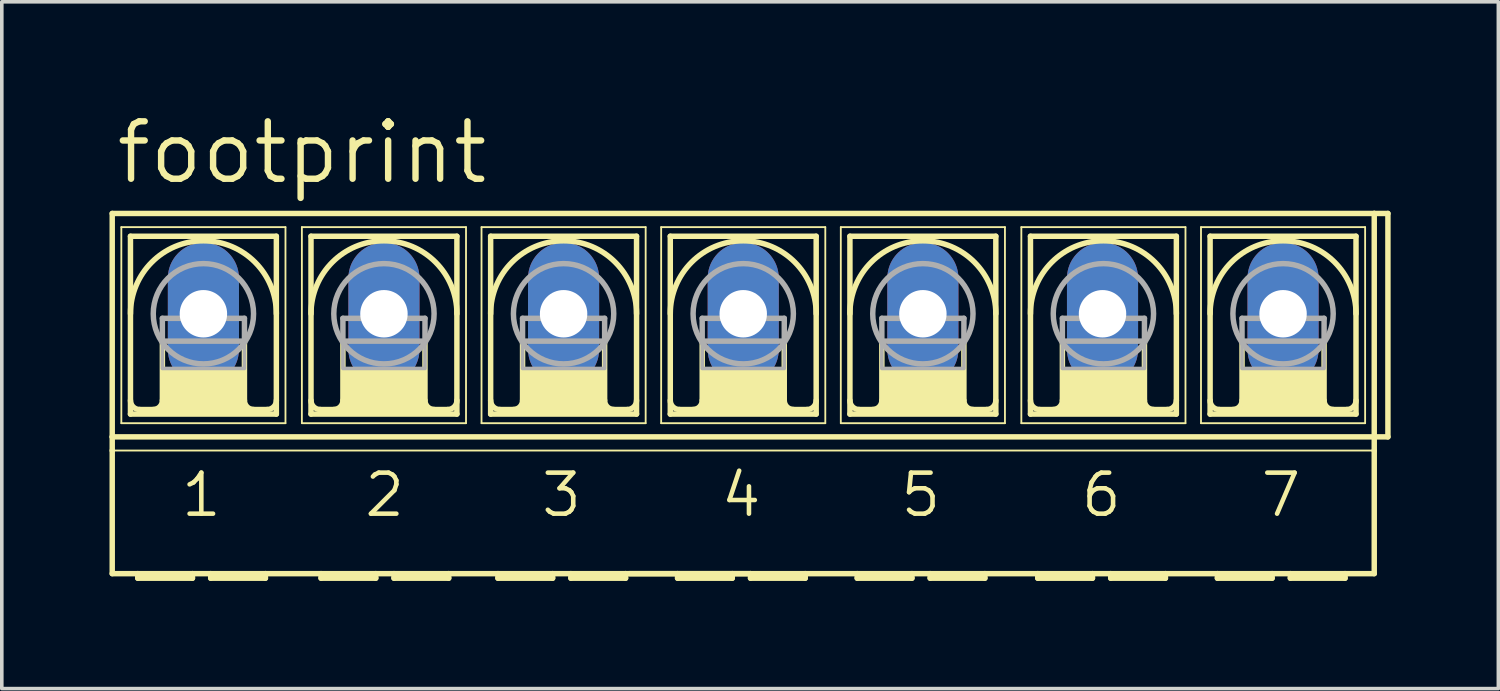
<source format=kicad_pcb>
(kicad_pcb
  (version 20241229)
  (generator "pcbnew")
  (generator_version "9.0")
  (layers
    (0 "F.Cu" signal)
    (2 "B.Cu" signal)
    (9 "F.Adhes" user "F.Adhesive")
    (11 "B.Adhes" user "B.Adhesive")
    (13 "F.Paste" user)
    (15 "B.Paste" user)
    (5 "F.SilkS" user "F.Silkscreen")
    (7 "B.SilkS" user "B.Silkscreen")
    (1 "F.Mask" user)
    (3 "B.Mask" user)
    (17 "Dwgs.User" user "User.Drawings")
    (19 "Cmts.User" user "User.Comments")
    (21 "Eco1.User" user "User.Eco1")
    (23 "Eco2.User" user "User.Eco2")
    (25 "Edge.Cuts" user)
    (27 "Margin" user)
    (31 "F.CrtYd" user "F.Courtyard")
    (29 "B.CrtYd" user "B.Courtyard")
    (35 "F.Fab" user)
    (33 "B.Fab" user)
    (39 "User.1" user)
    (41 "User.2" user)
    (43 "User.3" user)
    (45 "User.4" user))
  (footprint "footprint"
    (layer "F.Cu")
    (at 17.653 5.69)
    (property "Reference" "footprint" (at -17.551 -3.556 0) (layer "F.SilkS") (effects (font (size 1.6 1.6) (thickness 0.178)) (justify left bottom)))
    (fp_line (start -17.577 3.429) (end -17.577 -2.794) (stroke (width 0.152) (type solid)) (layer "F.SilkS"))
    (fp_line (start -17.577 3.429) (end 17.577 3.429) (stroke (width 0.152) (type solid)) (layer "F.SilkS"))
    (fp_line (start -17.577 3.81) (end -17.577 3.429) (stroke (width 0.152) (type solid)) (layer "F.SilkS"))
    (fp_line (start -17.577 7.239) (end -17.577 3.81) (stroke (width 0.152) (type solid)) (layer "F.SilkS"))
    (fp_line (start -17.577 7.239) (end -16.866 7.239) (stroke (width 0.152) (type solid)) (layer "F.SilkS"))
    (fp_line (start -17.323 -2.413) (end -17.323 3.048) (stroke (width 0.051) (type solid)) (layer "F.SilkS"))
    (fp_line (start -17.323 -2.413) (end -12.751 -2.413) (stroke (width 0.051) (type solid)) (layer "F.SilkS"))
    (fp_line (start -17.069 2.794) (end -17.069 -2.159) (stroke (width 0.152) (type solid)) (layer "F.SilkS"))
    (fp_line (start -17.069 2.794) (end -13.005 2.794) (stroke (width 0.152) (type solid)) (layer "F.SilkS"))
    (fp_line (start -16.866 7.239) (end -15.342 7.239) (stroke (width 0.152) (type solid)) (layer "F.SilkS"))
    (fp_line (start -16.866 7.366) (end -16.866 7.239) (stroke (width 0.152) (type solid)) (layer "F.SilkS"))
    (fp_line (start -16.866 7.366) (end -15.342 7.366) (stroke (width 0.152) (type solid)) (layer "F.SilkS"))
    (fp_line (start -16.18 0.762) (end -16.18 2.413) (stroke (width 0.152) (type solid)) (layer "F.SilkS"))
    (fp_line (start -15.342 7.239) (end -15.342 7.366) (stroke (width 0.152) (type solid)) (layer "F.SilkS"))
    (fp_line (start -15.342 7.239) (end -14.834 7.239) (stroke (width 0.152) (type solid)) (layer "F.SilkS"))
    (fp_line (start -14.834 7.239) (end -13.31 7.239) (stroke (width 0.152) (type solid)) (layer "F.SilkS"))
    (fp_line (start -14.834 7.366) (end -14.834 7.239) (stroke (width 0.152) (type solid)) (layer "F.SilkS"))
    (fp_line (start -14.834 7.366) (end -13.31 7.366) (stroke (width 0.152) (type solid)) (layer "F.SilkS"))
    (fp_line (start -13.894 0.762) (end -13.894 2.413) (stroke (width 0.152) (type solid)) (layer "F.SilkS"))
    (fp_line (start -13.31 7.239) (end -11.76 7.239) (stroke (width 0.152) (type solid)) (layer "F.SilkS"))
    (fp_line (start -13.31 7.366) (end -13.31 7.239) (stroke (width 0.152) (type solid)) (layer "F.SilkS"))
    (fp_line (start -13.259 2.667) (end -16.815 2.667) (stroke (width 0.152) (type solid)) (layer "F.SilkS"))
    (fp_line (start -13.005 -2.159) (end -17.069 -2.159) (stroke (width 0.152) (type solid)) (layer "F.SilkS"))
    (fp_line (start -13.005 -2.159) (end -13.005 2.794) (stroke (width 0.152) (type solid)) (layer "F.SilkS"))
    (fp_line (start -12.751 -2.413) (end -12.751 3.048) (stroke (width 0.051) (type solid)) (layer "F.SilkS"))
    (fp_line (start -12.751 3.048) (end -17.323 3.048) (stroke (width 0.051) (type solid)) (layer "F.SilkS"))
    (fp_line (start -12.294 -2.413) (end -12.294 3.048) (stroke (width 0.051) (type solid)) (layer "F.SilkS"))
    (fp_line (start -12.294 -2.413) (end -7.722 -2.413) (stroke (width 0.051) (type solid)) (layer "F.SilkS"))
    (fp_line (start -12.04 -2.159) (end -12.04 2.794) (stroke (width 0.152) (type solid)) (layer "F.SilkS"))
    (fp_line (start -12.04 2.794) (end -7.976 2.794) (stroke (width 0.152) (type solid)) (layer "F.SilkS"))
    (fp_line (start -11.76 7.239) (end -10.236 7.239) (stroke (width 0.152) (type solid)) (layer "F.SilkS"))
    (fp_line (start -11.76 7.366) (end -11.76 7.239) (stroke (width 0.152) (type solid)) (layer "F.SilkS"))
    (fp_line (start -11.76 7.366) (end -10.236 7.366) (stroke (width 0.152) (type solid)) (layer "F.SilkS"))
    (fp_line (start -11.151 0.762) (end -11.151 2.413) (stroke (width 0.152) (type solid)) (layer "F.SilkS"))
    (fp_line (start -10.236 7.239) (end -10.236 7.366) (stroke (width 0.152) (type solid)) (layer "F.SilkS"))
    (fp_line (start -10.236 7.239) (end -9.728 7.239) (stroke (width 0.152) (type solid)) (layer "F.SilkS"))
    (fp_line (start -9.728 7.239) (end -8.204 7.239) (stroke (width 0.152) (type solid)) (layer "F.SilkS"))
    (fp_line (start -9.728 7.366) (end -9.728 7.239) (stroke (width 0.152) (type solid)) (layer "F.SilkS"))
    (fp_line (start -9.728 7.366) (end -8.204 7.366) (stroke (width 0.152) (type solid)) (layer "F.SilkS"))
    (fp_line (start -8.865 0.762) (end -8.865 2.413) (stroke (width 0.152) (type solid)) (layer "F.SilkS"))
    (fp_line (start -8.23 2.667) (end -11.786 2.667) (stroke (width 0.152) (type solid)) (layer "F.SilkS"))
    (fp_line (start -8.204 7.366) (end -8.204 7.239) (stroke (width 0.152) (type solid)) (layer "F.SilkS"))
    (fp_line (start -7.976 -2.159) (end -12.04 -2.159) (stroke (width 0.152) (type solid)) (layer "F.SilkS"))
    (fp_line (start -7.976 2.794) (end -7.976 -2.159) (stroke (width 0.152) (type solid)) (layer "F.SilkS"))
    (fp_line (start -7.722 3.048) (end -12.294 3.048) (stroke (width 0.051) (type solid)) (layer "F.SilkS"))
    (fp_line (start -7.722 3.048) (end -7.722 -2.413) (stroke (width 0.051) (type solid)) (layer "F.SilkS"))
    (fp_line (start -7.29 -2.413) (end -7.29 3.048) (stroke (width 0.051) (type solid)) (layer "F.SilkS"))
    (fp_line (start -7.29 -2.413) (end -2.718 -2.413) (stroke (width 0.051) (type solid)) (layer "F.SilkS"))
    (fp_line (start -7.036 2.794) (end -7.036 -2.159) (stroke (width 0.152) (type solid)) (layer "F.SilkS"))
    (fp_line (start -7.036 2.794) (end -2.972 2.794) (stroke (width 0.152) (type solid)) (layer "F.SilkS"))
    (fp_line (start -6.833 7.239) (end -8.204 7.239) (stroke (width 0.152) (type solid)) (layer "F.SilkS"))
    (fp_line (start -6.833 7.239) (end -6.833 7.366) (stroke (width 0.152) (type solid)) (layer "F.SilkS"))
    (fp_line (start -6.833 7.239) (end -5.309 7.239) (stroke (width 0.152) (type solid)) (layer "F.SilkS"))
    (fp_line (start -6.833 7.366) (end -5.309 7.366) (stroke (width 0.152) (type solid)) (layer "F.SilkS"))
    (fp_line (start -6.147 0.762) (end -6.147 2.413) (stroke (width 0.152) (type solid)) (layer "F.SilkS"))
    (fp_line (start -5.309 7.239) (end -5.309 7.366) (stroke (width 0.152) (type solid)) (layer "F.SilkS"))
    (fp_line (start -5.309 7.239) (end -4.801 7.239) (stroke (width 0.152) (type solid)) (layer "F.SilkS"))
    (fp_line (start -4.801 7.239) (end -4.801 7.366) (stroke (width 0.152) (type solid)) (layer "F.SilkS"))
    (fp_line (start -4.801 7.239) (end -3.277 7.239) (stroke (width 0.152) (type solid)) (layer "F.SilkS"))
    (fp_line (start -4.801 7.366) (end -3.277 7.366) (stroke (width 0.152) (type solid)) (layer "F.SilkS"))
    (fp_line (start -3.861 0.762) (end -3.861 2.413) (stroke (width 0.152) (type solid)) (layer "F.SilkS"))
    (fp_line (start -3.277 7.366) (end -3.277 7.239) (stroke (width 0.152) (type solid)) (layer "F.SilkS"))
    (fp_line (start -3.226 2.667) (end -6.782 2.667) (stroke (width 0.152) (type solid)) (layer "F.SilkS"))
    (fp_line (start -2.972 -2.159) (end -7.036 -2.159) (stroke (width 0.152) (type solid)) (layer "F.SilkS"))
    (fp_line (start -2.972 -2.159) (end -2.972 2.794) (stroke (width 0.152) (type solid)) (layer "F.SilkS"))
    (fp_line (start -2.718 -2.413) (end -2.718 3.048) (stroke (width 0.051) (type solid)) (layer "F.SilkS"))
    (fp_line (start -2.718 3.048) (end -7.29 3.048) (stroke (width 0.051) (type solid)) (layer "F.SilkS"))
    (fp_line (start -2.286 -2.413) (end -2.286 3.048) (stroke (width 0.051) (type solid)) (layer "F.SilkS"))
    (fp_line (start -2.286 -2.413) (end 2.286 -2.413) (stroke (width 0.051) (type solid)) (layer "F.SilkS"))
    (fp_line (start -2.032 2.794) (end -2.032 -2.159) (stroke (width 0.152) (type solid)) (layer "F.SilkS"))
    (fp_line (start -2.032 2.794) (end 2.032 2.794) (stroke (width 0.152) (type solid)) (layer "F.SilkS"))
    (fp_line (start -1.829 7.239) (end -3.175 7.239) (stroke (width 0.152) (type solid)) (layer "F.SilkS"))
    (fp_line (start -1.829 7.239) (end -1.829 7.366) (stroke (width 0.152) (type solid)) (layer "F.SilkS"))
    (fp_line (start -1.829 7.239) (end -0.305 7.239) (stroke (width 0.152) (type solid)) (layer "F.SilkS"))
    (fp_line (start -1.829 7.366) (end -0.305 7.366) (stroke (width 0.152) (type solid)) (layer "F.SilkS"))
    (fp_line (start -1.143 0.762) (end -1.143 2.413) (stroke (width 0.152) (type solid)) (layer "F.SilkS"))
    (fp_line (start -0.305 7.239) (end -0.305 7.366) (stroke (width 0.152) (type solid)) (layer "F.SilkS"))
    (fp_line (start -0.305 7.239) (end 0.203 7.239) (stroke (width 0.152) (type solid)) (layer "F.SilkS"))
    (fp_line (start 0.203 7.239) (end -3.277 7.239) (stroke (width 0.152) (type solid)) (layer "F.SilkS"))
    (fp_line (start 0.203 7.239) (end 0.203 7.366) (stroke (width 0.152) (type solid)) (layer "F.SilkS"))
    (fp_line (start 0.203 7.366) (end 1.727 7.366) (stroke (width 0.152) (type solid)) (layer "F.SilkS"))
    (fp_line (start 1.143 0.762) (end 1.143 2.413) (stroke (width 0.152) (type solid)) (layer "F.SilkS"))
    (fp_line (start 1.727 7.239) (end 0.203 7.239) (stroke (width 0.152) (type solid)) (layer "F.SilkS"))
    (fp_line (start 1.727 7.366) (end 1.727 7.239) (stroke (width 0.152) (type solid)) (layer "F.SilkS"))
    (fp_line (start 1.778 2.667) (end -1.778 2.667) (stroke (width 0.152) (type solid)) (layer "F.SilkS"))
    (fp_line (start 2.032 -2.159) (end -2.032 -2.159) (stroke (width 0.152) (type solid)) (layer "F.SilkS"))
    (fp_line (start 2.032 -2.159) (end 2.032 2.794) (stroke (width 0.152) (type solid)) (layer "F.SilkS"))
    (fp_line (start 2.286 -2.413) (end 2.286 3.048) (stroke (width 0.051) (type solid)) (layer "F.SilkS"))
    (fp_line (start 2.286 3.048) (end -2.286 3.048) (stroke (width 0.051) (type solid)) (layer "F.SilkS"))
    (fp_line (start 2.718 -2.413) (end 2.718 3.048) (stroke (width 0.051) (type solid)) (layer "F.SilkS"))
    (fp_line (start 2.718 -2.413) (end 7.29 -2.413) (stroke (width 0.051) (type solid)) (layer "F.SilkS"))
    (fp_line (start 2.972 2.794) (end 2.972 -2.159) (stroke (width 0.152) (type solid)) (layer "F.SilkS"))
    (fp_line (start 2.972 2.794) (end 7.036 2.794) (stroke (width 0.152) (type solid)) (layer "F.SilkS"))
    (fp_line (start 3.175 7.239) (end 1.727 7.239) (stroke (width 0.152) (type solid)) (layer "F.SilkS"))
    (fp_line (start 3.175 7.366) (end 3.175 7.239) (stroke (width 0.152) (type solid)) (layer "F.SilkS"))
    (fp_line (start 3.175 7.366) (end 4.699 7.366) (stroke (width 0.152) (type solid)) (layer "F.SilkS"))
    (fp_line (start 3.861 0.762) (end 3.861 2.413) (stroke (width 0.152) (type solid)) (layer "F.SilkS"))
    (fp_line (start 4.699 7.239) (end 3.175 7.239) (stroke (width 0.152) (type solid)) (layer "F.SilkS"))
    (fp_line (start 4.699 7.239) (end 4.699 7.366) (stroke (width 0.152) (type solid)) (layer "F.SilkS"))
    (fp_line (start 5.207 7.239) (end 4.699 7.239) (stroke (width 0.152) (type solid)) (layer "F.SilkS"))
    (fp_line (start 5.207 7.366) (end 5.207 7.239) (stroke (width 0.152) (type solid)) (layer "F.SilkS"))
    (fp_line (start 5.207 7.366) (end 6.731 7.366) (stroke (width 0.152) (type solid)) (layer "F.SilkS"))
    (fp_line (start 6.147 0.762) (end 6.147 2.413) (stroke (width 0.152) (type solid)) (layer "F.SilkS"))
    (fp_line (start 6.731 7.239) (end 5.207 7.239) (stroke (width 0.152) (type solid)) (layer "F.SilkS"))
    (fp_line (start 6.731 7.366) (end 6.731 7.239) (stroke (width 0.152) (type solid)) (layer "F.SilkS"))
    (fp_line (start 6.782 2.667) (end 3.226 2.667) (stroke (width 0.152) (type solid)) (layer "F.SilkS"))
    (fp_line (start 7.036 -2.159) (end 2.972 -2.159) (stroke (width 0.152) (type solid)) (layer "F.SilkS"))
    (fp_line (start 7.036 -2.159) (end 7.036 2.794) (stroke (width 0.152) (type solid)) (layer "F.SilkS"))
    (fp_line (start 7.29 -2.413) (end 7.29 3.048) (stroke (width 0.051) (type solid)) (layer "F.SilkS"))
    (fp_line (start 7.29 3.048) (end 2.718 3.048) (stroke (width 0.051) (type solid)) (layer "F.SilkS"))
    (fp_line (start 7.747 -2.413) (end 7.747 3.048) (stroke (width 0.051) (type solid)) (layer "F.SilkS"))
    (fp_line (start 7.747 -2.413) (end 12.319 -2.413) (stroke (width 0.051) (type solid)) (layer "F.SilkS"))
    (fp_line (start 8.001 2.794) (end 8.001 -2.159) (stroke (width 0.152) (type solid)) (layer "F.SilkS"))
    (fp_line (start 8.001 2.794) (end 12.065 2.794) (stroke (width 0.152) (type solid)) (layer "F.SilkS"))
    (fp_line (start 8.204 7.239) (end 6.731 7.239) (stroke (width 0.152) (type solid)) (layer "F.SilkS"))
    (fp_line (start 8.204 7.366) (end 8.204 7.239) (stroke (width 0.152) (type solid)) (layer "F.SilkS"))
    (fp_line (start 8.204 7.366) (end 9.728 7.366) (stroke (width 0.152) (type solid)) (layer "F.SilkS"))
    (fp_line (start 8.89 0.762) (end 8.89 2.413) (stroke (width 0.152) (type solid)) (layer "F.SilkS"))
    (fp_line (start 9.728 7.239) (end 8.204 7.239) (stroke (width 0.152) (type solid)) (layer "F.SilkS"))
    (fp_line (start 9.728 7.239) (end 9.728 7.366) (stroke (width 0.152) (type solid)) (layer "F.SilkS"))
    (fp_line (start 10.236 7.239) (end 9.728 7.239) (stroke (width 0.152) (type solid)) (layer "F.SilkS"))
    (fp_line (start 10.236 7.239) (end 11.76 7.239) (stroke (width 0.152) (type solid)) (layer "F.SilkS"))
    (fp_line (start 10.236 7.366) (end 10.236 7.239) (stroke (width 0.152) (type solid)) (layer "F.SilkS"))
    (fp_line (start 10.236 7.366) (end 11.76 7.366) (stroke (width 0.152) (type solid)) (layer "F.SilkS"))
    (fp_line (start 11.176 0.762) (end 11.176 2.413) (stroke (width 0.152) (type solid)) (layer "F.SilkS"))
    (fp_line (start 11.76 7.239) (end 13.208 7.239) (stroke (width 0.152) (type solid)) (layer "F.SilkS"))
    (fp_line (start 11.76 7.366) (end 11.76 7.239) (stroke (width 0.152) (type solid)) (layer "F.SilkS"))
    (fp_line (start 11.811 2.667) (end 8.255 2.667) (stroke (width 0.152) (type solid)) (layer "F.SilkS"))
    (fp_line (start 12.065 -2.159) (end 8.001 -2.159) (stroke (width 0.152) (type solid)) (layer "F.SilkS"))
    (fp_line (start 12.065 -2.159) (end 12.065 2.794) (stroke (width 0.152) (type solid)) (layer "F.SilkS"))
    (fp_line (start 12.319 -2.413) (end 12.319 3.048) (stroke (width 0.051) (type solid)) (layer "F.SilkS"))
    (fp_line (start 12.319 3.048) (end 7.747 3.048) (stroke (width 0.051) (type solid)) (layer "F.SilkS"))
    (fp_line (start 12.751 -2.413) (end 12.751 3.048) (stroke (width 0.051) (type solid)) (layer "F.SilkS"))
    (fp_line (start 12.751 -2.413) (end 17.323 -2.413) (stroke (width 0.051) (type solid)) (layer "F.SilkS"))
    (fp_line (start 13.005 2.794) (end 13.005 -2.159) (stroke (width 0.152) (type solid)) (layer "F.SilkS"))
    (fp_line (start 13.005 2.794) (end 17.069 2.794) (stroke (width 0.152) (type solid)) (layer "F.SilkS"))
    (fp_line (start 13.208 7.366) (end 13.208 7.239) (stroke (width 0.152) (type solid)) (layer "F.SilkS"))
    (fp_line (start 13.208 7.366) (end 14.732 7.366) (stroke (width 0.152) (type solid)) (layer "F.SilkS"))
    (fp_line (start 13.894 0.762) (end 13.894 2.413) (stroke (width 0.152) (type solid)) (layer "F.SilkS"))
    (fp_line (start 14.732 7.239) (end 13.208 7.239) (stroke (width 0.152) (type solid)) (layer "F.SilkS"))
    (fp_line (start 14.732 7.239) (end 14.732 7.366) (stroke (width 0.152) (type solid)) (layer "F.SilkS"))
    (fp_line (start 15.24 7.239) (end 14.732 7.239) (stroke (width 0.152) (type solid)) (layer "F.SilkS"))
    (fp_line (start 15.24 7.239) (end 16.764 7.239) (stroke (width 0.152) (type solid)) (layer "F.SilkS"))
    (fp_line (start 15.24 7.366) (end 15.24 7.239) (stroke (width 0.152) (type solid)) (layer "F.SilkS"))
    (fp_line (start 15.24 7.366) (end 16.764 7.366) (stroke (width 0.152) (type solid)) (layer "F.SilkS"))
    (fp_line (start 16.18 0.762) (end 16.18 2.413) (stroke (width 0.152) (type solid)) (layer "F.SilkS"))
    (fp_line (start 16.764 7.239) (end 17.577 7.239) (stroke (width 0.152) (type solid)) (layer "F.SilkS"))
    (fp_line (start 16.764 7.366) (end 16.764 7.239) (stroke (width 0.152) (type solid)) (layer "F.SilkS"))
    (fp_line (start 16.815 2.667) (end 13.259 2.667) (stroke (width 0.152) (type solid)) (layer "F.SilkS"))
    (fp_line (start 17.069 -2.159) (end 13.005 -2.159) (stroke (width 0.152) (type solid)) (layer "F.SilkS"))
    (fp_line (start 17.069 -2.159) (end 17.069 2.794) (stroke (width 0.152) (type solid)) (layer "F.SilkS"))
    (fp_line (start 17.323 -2.413) (end 17.323 3.048) (stroke (width 0.051) (type solid)) (layer "F.SilkS"))
    (fp_line (start 17.323 3.048) (end 12.751 3.048) (stroke (width 0.051) (type solid)) (layer "F.SilkS"))
    (fp_line (start 17.577 -2.794) (end -17.577 -2.794) (stroke (width 0.152) (type solid)) (layer "F.SilkS"))
    (fp_line (start 17.577 -2.794) (end 17.577 3.429) (stroke (width 0.152) (type solid)) (layer "F.SilkS"))
    (fp_line (start 17.577 3.429) (end 17.577 3.81) (stroke (width 0.152) (type solid)) (layer "F.SilkS"))
    (fp_line (start 17.577 3.81) (end -17.577 3.81) (stroke (width 0.051) (type solid)) (layer "F.SilkS"))
    (fp_line (start 17.577 3.81) (end 17.577 7.239) (stroke (width 0.152) (type solid)) (layer "F.SilkS"))
    (fp_line (start 17.958 -2.794) (end 17.577 -2.794) (stroke (width 0.152) (type solid)) (layer "F.SilkS"))
    (fp_line (start 17.958 -2.794) (end 17.958 3.429) (stroke (width 0.152) (type solid)) (layer "F.SilkS"))
    (fp_line (start 17.958 3.429) (end 17.577 3.429) (stroke (width 0.152) (type solid)) (layer "F.SilkS"))
    (fp_arc (start -17.0688 0) (mid -15.0368 -2.032) (end -13.0048 0) (stroke (width 0.1524) (type solid)) (layer "F.SilkS"))
    (fp_arc (start -16.8148 2.667) (mid -16.994405 2.592605) (end -17.0688 2.413) (stroke (width 0.1524) (type solid)) (layer "F.SilkS"))
    (fp_arc (start -16.1798 2.413) (mid -16.254195 2.592605) (end -16.4338 2.667) (stroke (width 0.1524) (type solid)) (layer "F.SilkS"))
    (fp_arc (start -13.6398 2.667) (mid -13.819405 2.592605) (end -13.8938 2.413) (stroke (width 0.1524) (type solid)) (layer "F.SilkS"))
    (fp_arc (start -13.0048 2.413) (mid -13.079195 2.592605) (end -13.2588 2.667) (stroke (width 0.1524) (type solid)) (layer "F.SilkS"))
    (fp_arc (start -12.0396 0) (mid -10.0076 -2.032) (end -7.9756 0) (stroke (width 0.1524) (type solid)) (layer "F.SilkS"))
    (fp_arc (start -11.7856 2.667) (mid -11.965205 2.592605) (end -12.0396 2.413) (stroke (width 0.1524) (type solid)) (layer "F.SilkS"))
    (fp_arc (start -11.1506 2.413) (mid -11.224995 2.592605) (end -11.4046 2.667) (stroke (width 0.1524) (type solid)) (layer "F.SilkS"))
    (fp_arc (start -8.6106 2.667) (mid -8.790205 2.592605) (end -8.8646 2.413) (stroke (width 0.1524) (type solid)) (layer "F.SilkS"))
    (fp_arc (start -7.9756 2.413) (mid -8.049995 2.592605) (end -8.2296 2.667) (stroke (width 0.1524) (type solid)) (layer "F.SilkS"))
    (fp_arc (start -7.0358 0) (mid -5.0038 -2.032) (end -2.9718 0) (stroke (width 0.1524) (type solid)) (layer "F.SilkS"))
    (fp_arc (start -6.7818 2.667) (mid -6.961405 2.592605) (end -7.0358 2.413) (stroke (width 0.1524) (type solid)) (layer "F.SilkS"))
    (fp_arc (start -6.1468 2.413) (mid -6.221195 2.592605) (end -6.4008 2.667) (stroke (width 0.1524) (type solid)) (layer "F.SilkS"))
    (fp_arc (start -3.6068 2.667) (mid -3.786405 2.592605) (end -3.8608 2.413) (stroke (width 0.1524) (type solid)) (layer "F.SilkS"))
    (fp_arc (start -2.9718 2.413) (mid -3.046195 2.592605) (end -3.2258 2.667) (stroke (width 0.1524) (type solid)) (layer "F.SilkS"))
    (fp_arc (start -2.032 0) (mid 0 -2.032) (end 2.032 0) (stroke (width 0.1524) (type solid)) (layer "F.SilkS"))
    (fp_arc (start -1.778 2.667) (mid -1.957605 2.592605) (end -2.032 2.413) (stroke (width 0.1524) (type solid)) (layer "F.SilkS"))
    (fp_arc (start -1.143 2.413) (mid -1.217395 2.592605) (end -1.397 2.667) (stroke (width 0.1524) (type solid)) (layer "F.SilkS"))
    (fp_arc (start 1.397 2.667) (mid 1.217395 2.592605) (end 1.143 2.413) (stroke (width 0.1524) (type solid)) (layer "F.SilkS"))
    (fp_arc (start 2.032 2.413) (mid 1.957605 2.592605) (end 1.778 2.667) (stroke (width 0.1524) (type solid)) (layer "F.SilkS"))
    (fp_arc (start 2.9718 0) (mid 5.0038 -2.032) (end 7.0358 0) (stroke (width 0.1524) (type solid)) (layer "F.SilkS"))
    (fp_arc (start 3.2258 2.667) (mid 3.046195 2.592605) (end 2.9718 2.413) (stroke (width 0.1524) (type solid)) (layer "F.SilkS"))
    (fp_arc (start 3.8608 2.413) (mid 3.786405 2.592605) (end 3.6068 2.667) (stroke (width 0.1524) (type solid)) (layer "F.SilkS"))
    (fp_arc (start 6.4008 2.667) (mid 6.221195 2.592605) (end 6.1468 2.413) (stroke (width 0.1524) (type solid)) (layer "F.SilkS"))
    (fp_arc (start 7.0358 2.413) (mid 6.961405 2.592605) (end 6.7818 2.667) (stroke (width 0.1524) (type solid)) (layer "F.SilkS"))
    (fp_arc (start 8.001 0) (mid 10.033 -2.032) (end 12.065 0) (stroke (width 0.1524) (type solid)) (layer "F.SilkS"))
    (fp_arc (start 8.255 2.667) (mid 8.075395 2.592605) (end 8.001 2.413) (stroke (width 0.1524) (type solid)) (layer "F.SilkS"))
    (fp_arc (start 8.89 2.413) (mid 8.815605 2.592605) (end 8.636 2.667) (stroke (width 0.1524) (type solid)) (layer "F.SilkS"))
    (fp_arc (start 11.43 2.667) (mid 11.250395 2.592605) (end 11.176 2.413) (stroke (width 0.1524) (type solid)) (layer "F.SilkS"))
    (fp_arc (start 12.065 2.413) (mid 11.990605 2.592605) (end 11.811 2.667) (stroke (width 0.1524) (type solid)) (layer "F.SilkS"))
    (fp_arc (start 13.0048 0) (mid 15.0368 -2.032) (end 17.0688 0) (stroke (width 0.1524) (type solid)) (layer "F.SilkS"))
    (fp_arc (start 13.2588 2.667) (mid 13.079195 2.592605) (end 13.0048 2.413) (stroke (width 0.1524) (type solid)) (layer "F.SilkS"))
    (fp_arc (start 13.8938 2.413) (mid 13.819405 2.592605) (end 13.6398 2.667) (stroke (width 0.1524) (type solid)) (layer "F.SilkS"))
    (fp_arc (start 16.4338 2.667) (mid 16.254195 2.592605) (end 16.1798 2.413) (stroke (width 0.1524) (type solid)) (layer "F.SilkS"))
    (fp_arc (start 17.0688 2.413) (mid 16.994405 2.592605) (end 16.8148 2.667) (stroke (width 0.1524) (type solid)) (layer "F.SilkS"))
    (fp_poly (pts (xy -16.18 2.667) (xy -13.894 2.667) (xy -13.894 1.524) (xy -16.18 1.524)) (stroke (width 0) (type solid)) (fill yes) (layer "F.SilkS"))
    (fp_poly (pts (xy -11.151 2.667) (xy -8.865 2.667) (xy -8.865 1.524) (xy -11.151 1.524)) (stroke (width 0) (type solid)) (fill yes) (layer "F.SilkS"))
    (fp_poly (pts (xy -6.147 2.667) (xy -3.861 2.667) (xy -3.861 1.524) (xy -6.147 1.524)) (stroke (width 0) (type solid)) (fill yes) (layer "F.SilkS"))
    (fp_poly (pts (xy -1.143 2.667) (xy 1.143 2.667) (xy 1.143 1.524) (xy -1.143 1.524)) (stroke (width 0) (type solid)) (fill yes) (layer "F.SilkS"))
    (fp_poly (pts (xy 3.861 2.667) (xy 6.147 2.667) (xy 6.147 1.524) (xy 3.861 1.524)) (stroke (width 0) (type solid)) (fill yes) (layer "F.SilkS"))
    (fp_poly (pts (xy 8.89 2.667) (xy 11.176 2.667) (xy 11.176 1.524) (xy 8.89 1.524)) (stroke (width 0) (type solid)) (fill yes) (layer "F.SilkS"))
    (fp_poly (pts (xy 13.894 2.667) (xy 16.18 2.667) (xy 16.18 1.524) (xy 13.894 1.524)) (stroke (width 0) (type solid)) (fill yes) (layer "F.SilkS"))
    (fp_line (start -16.18 0.127) (end -16.18 0.762) (stroke (width 0.152) (type solid)) (layer "F.Fab"))
    (fp_line (start -16.18 0.127) (end -13.894 0.127) (stroke (width 0.152) (type solid)) (layer "F.Fab"))
    (fp_line (start -16.18 0.762) (end -13.894 0.762) (stroke (width 0.152) (type solid)) (layer "F.Fab"))
    (fp_line (start -13.894 0.127) (end -13.894 0.762) (stroke (width 0.152) (type solid)) (layer "F.Fab"))
    (fp_line (start -11.151 0.127) (end -11.151 0.762) (stroke (width 0.152) (type solid)) (layer "F.Fab"))
    (fp_line (start -11.151 0.127) (end -8.865 0.127) (stroke (width 0.152) (type solid)) (layer "F.Fab"))
    (fp_line (start -11.151 0.762) (end -8.865 0.762) (stroke (width 0.152) (type solid)) (layer "F.Fab"))
    (fp_line (start -8.865 0.127) (end -8.865 0.762) (stroke (width 0.152) (type solid)) (layer "F.Fab"))
    (fp_line (start -6.147 0.127) (end -6.147 0.762) (stroke (width 0.152) (type solid)) (layer "F.Fab"))
    (fp_line (start -6.147 0.127) (end -3.861 0.127) (stroke (width 0.152) (type solid)) (layer "F.Fab"))
    (fp_line (start -6.147 0.762) (end -3.861 0.762) (stroke (width 0.152) (type solid)) (layer "F.Fab"))
    (fp_line (start -3.861 0.127) (end -3.861 0.762) (stroke (width 0.152) (type solid)) (layer "F.Fab"))
    (fp_line (start -1.143 0.127) (end -1.143 0.762) (stroke (width 0.152) (type solid)) (layer "F.Fab"))
    (fp_line (start -1.143 0.127) (end 1.143 0.127) (stroke (width 0.152) (type solid)) (layer "F.Fab"))
    (fp_line (start -1.143 0.762) (end 1.143 0.762) (stroke (width 0.152) (type solid)) (layer "F.Fab"))
    (fp_line (start 1.143 0.127) (end 1.143 0.762) (stroke (width 0.152) (type solid)) (layer "F.Fab"))
    (fp_line (start 3.861 0.127) (end 3.861 0.762) (stroke (width 0.152) (type solid)) (layer "F.Fab"))
    (fp_line (start 3.861 0.127) (end 6.147 0.127) (stroke (width 0.152) (type solid)) (layer "F.Fab"))
    (fp_line (start 3.861 0.762) (end 6.147 0.762) (stroke (width 0.152) (type solid)) (layer "F.Fab"))
    (fp_line (start 6.147 0.127) (end 6.147 0.762) (stroke (width 0.152) (type solid)) (layer "F.Fab"))
    (fp_line (start 8.89 0.127) (end 8.89 0.762) (stroke (width 0.152) (type solid)) (layer "F.Fab"))
    (fp_line (start 8.89 0.127) (end 11.176 0.127) (stroke (width 0.152) (type solid)) (layer "F.Fab"))
    (fp_line (start 8.89 0.762) (end 11.176 0.762) (stroke (width 0.152) (type solid)) (layer "F.Fab"))
    (fp_line (start 11.176 0.127) (end 11.176 0.762) (stroke (width 0.152) (type solid)) (layer "F.Fab"))
    (fp_line (start 13.894 0.127) (end 13.894 0.762) (stroke (width 0.152) (type solid)) (layer "F.Fab"))
    (fp_line (start 13.894 0.127) (end 16.18 0.127) (stroke (width 0.152) (type solid)) (layer "F.Fab"))
    (fp_line (start 13.894 0.762) (end 16.18 0.762) (stroke (width 0.152) (type solid)) (layer "F.Fab"))
    (fp_line (start 16.18 0.127) (end 16.18 0.762) (stroke (width 0.152) (type solid)) (layer "F.Fab"))
    (fp_circle (center -15.037 0) (end -13.64 0) (stroke (width 0.152) (type solid)) (fill no) (layer "F.Fab"))
    (fp_circle (center -10.008 0) (end -8.611 0) (stroke (width 0.152) (type solid)) (fill no) (layer "F.Fab"))
    (fp_circle (center -5.004 0) (end -3.607 0) (stroke (width 0.152) (type solid)) (fill no) (layer "F.Fab"))
    (fp_circle (center 0 0) (end 1.397 0) (stroke (width 0.152) (type solid)) (fill no) (layer "F.Fab"))
    (fp_circle (center 5.004 0) (end 6.401 0) (stroke (width 0.152) (type solid)) (fill no) (layer "F.Fab"))
    (fp_circle (center 10.033 0) (end 11.43 0) (stroke (width 0.152) (type solid)) (fill no) (layer "F.Fab"))
    (fp_circle (center 15.037 0) (end 16.434 0) (stroke (width 0.152) (type solid)) (fill no) (layer "F.Fab"))
    (fp_poly (pts (xy -16.18 1.524) (xy -13.894 1.524) (xy -13.894 0.762) (xy -16.18 0.762)) (stroke (width 0.1) (type solid)) (fill no) (layer "F.Fab"))
    (fp_poly (pts (xy -11.151 1.524) (xy -8.865 1.524) (xy -8.865 0.762) (xy -11.151 0.762)) (stroke (width 0.1) (type solid)) (fill no) (layer "F.Fab"))
    (fp_poly (pts (xy -6.147 1.524) (xy -3.861 1.524) (xy -3.861 0.762) (xy -6.147 0.762)) (stroke (width 0.1) (type solid)) (fill no) (layer "F.Fab"))
    (fp_poly (pts (xy -1.143 1.524) (xy 1.143 1.524) (xy 1.143 0.762) (xy -1.143 0.762)) (stroke (width 0.1) (type solid)) (fill no) (layer "F.Fab"))
    (fp_poly (pts (xy 3.861 1.524) (xy 6.147 1.524) (xy 6.147 0.762) (xy 3.861 0.762)) (stroke (width 0.1) (type solid)) (fill no) (layer "F.Fab"))
    (fp_poly (pts (xy 8.89 1.524) (xy 11.176 1.524) (xy 11.176 0.762) (xy 8.89 0.762)) (stroke (width 0.1) (type solid)) (fill no) (layer "F.Fab"))
    (fp_poly (pts (xy 13.894 1.524) (xy 16.18 1.524) (xy 16.18 0.762) (xy 13.894 0.762)) (stroke (width 0.1) (type solid)) (fill no) (layer "F.Fab"))
    (fp_text user "7" (at 14.351 5.715 0) (layer "F.SilkS") (effects (font (size 1.143 1.143) (thickness 0.127)) (justify left bottom)))
    (fp_text user "1" (at -15.723 5.715 0) (layer "F.SilkS") (effects (font (size 1.143 1.143) (thickness 0.127)) (justify left bottom)))
    (fp_text user "5" (at 4.318 5.715 0) (layer "F.SilkS") (effects (font (size 1.143 1.143) (thickness 0.127)) (justify left bottom)))
    (fp_text user "3" (at -5.69 5.715 0) (layer "F.SilkS") (effects (font (size 1.143 1.143) (thickness 0.127)) (justify left bottom)))
    (fp_text user "4" (at -0.686 5.715 0) (layer "F.SilkS") (effects (font (size 1.143 1.143) (thickness 0.127)) (justify left bottom)))
    (fp_text user "2" (at -10.617 5.715 0) (layer "F.SilkS") (effects (font (size 1.143 1.143) (thickness 0.127)) (justify left bottom)))
    (fp_text user "6" (at 9.347 5.715 0) (layer "F.SilkS") (effects (font (size 1.143 1.143) (thickness 0.127)) (justify left bottom)))
    (pad "1" thru_hole oval (at -15.037 0 90) (size 3.962 1.981) (drill 1.321) (layers "*.Cu" "*.Mask"))
    (pad "2" thru_hole oval (at -10.008 0 90) (size 3.962 1.981) (drill 1.321) (layers "*.Cu" "*.Mask"))
    (pad "3" thru_hole oval (at -5.004 0 90) (size 3.962 1.981) (drill 1.321) (layers "*.Cu" "*.Mask"))
    (pad "4" thru_hole oval (at 0 0 90) (size 3.962 1.981) (drill 1.321) (layers "*.Cu" "*.Mask"))
    (pad "5" thru_hole oval (at 5.004 0 90) (size 3.962 1.981) (drill 1.321) (layers "*.Cu" "*.Mask"))
    (pad "6" thru_hole oval (at 10.008 0 90) (size 3.962 1.981) (drill 1.321) (layers "*.Cu" "*.Mask"))
    (pad "7" thru_hole oval (at 15.037 0 90) (size 3.962 1.981) (drill 1.321) (layers "*.Cu" "*.Mask")))
  (gr_rect
    (start -3 -3)
    (end 38.687 16.132)
    (stroke (width 0.1) (type default))
    (fill no)
    (layer "Edge.Cuts")))
</source>
